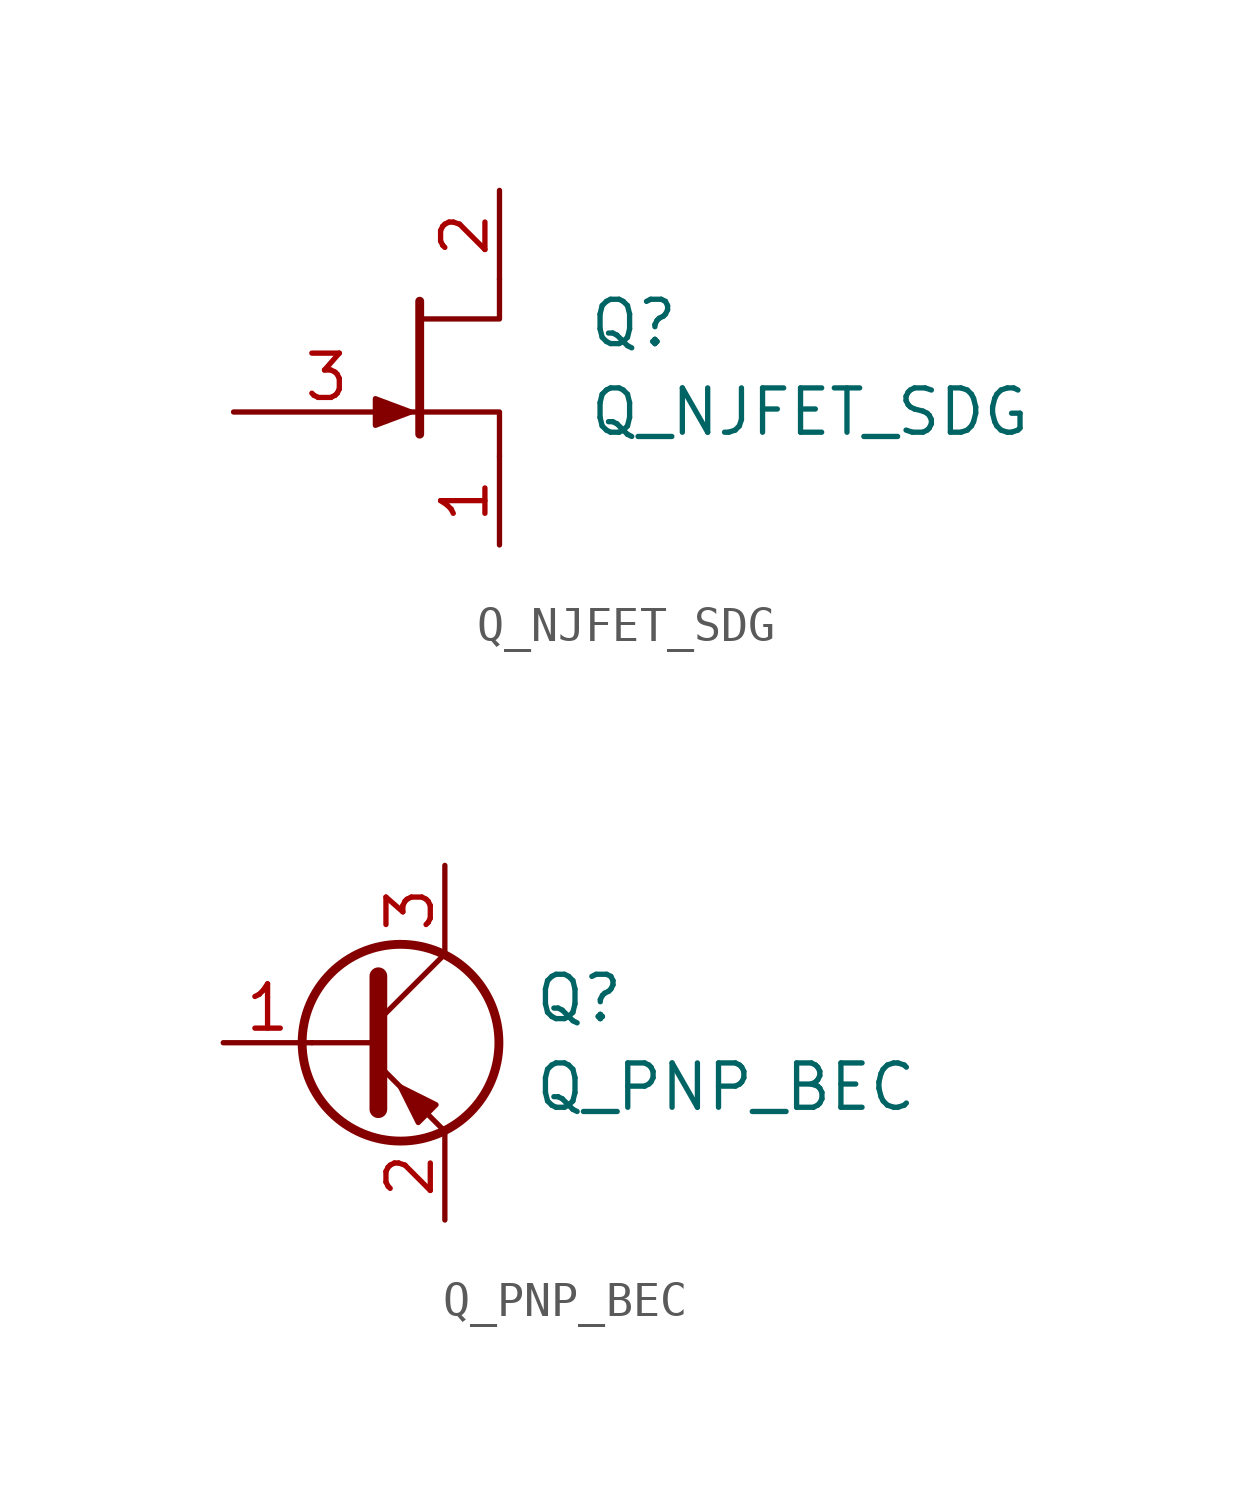
<source format=kicad_sym>
(kicad_symbol_lib
  (version 20231120)
  (generator "kicad_symbol_editor")
  (generator_version "8.0")
  (symbol "Q_NJFET_SDG"
    (pin_names
      (offset 0) hide)
    (property "Reference" "Q"
      (at 5.08 1.27 0)
      (effects (font (size 1.27 1.27)) (justify left)))
    (property "Value" "Q_NJFET_SDG"
      (at 5.08 -1.27 0)
      (effects (font (size 1.27 1.27)) (justify left)))
    (symbol "Q_NJFET_SDG_0_1"
      (polyline (pts (xy 0.254 1.905) (xy 0.254 -1.905) (xy 0.254 -1.905)) (stroke (width 0.254) (type default)) (fill (type none)))
      (polyline (pts (xy 2.54 -2.54) (xy 2.54 -1.27) (xy 0.254 -1.27)) (stroke (width 0) (type default)) (fill (type none)))
      (polyline (pts (xy 2.54 2.54) (xy 2.54 1.397) (xy 0.254 1.397)) (stroke (width 0) (type default)) (fill (type none)))
      (polyline (pts (xy 0 -1.27) (xy -1.016 -0.889) (xy -1.016 -1.651) (xy 0 -1.27)) (stroke (width 0) (type default)) (fill (type outline))))
    (symbol "Q_NJFET_SDG_1_1"
      (pin passive line (at 2.54 -5.08 90) (length 2.54) (name "S" (effects (font (size 1.27 1.27)))) (number "1" (effects (font (size 1.27 1.27)))))
      (pin passive line (at 2.54 5.08 270) (length 2.54) (name "D" (effects (font (size 1.27 1.27)))) (number "2" (effects (font (size 1.27 1.27)))))
      (pin input line (at -5.08 -1.27 0) (length 5.334) (name "G" (effects (font (size 1.27 1.27)))) (number "3" (effects (font (size 1.27 1.27)))))))
  (symbol "Q_PNP_BEC"
    (pin_names
      (offset 0) hide)
    (property "Reference" "Q"
      (at 5.08 1.27 0)
      (effects (font (size 1.27 1.27)) (justify left)))
    (property "Value" "Q_PNP_BEC"
      (at 5.08 -1.27 0)
      (effects (font (size 1.27 1.27)) (justify left)))
    (symbol "Q_PNP_BEC_0_1"
      (polyline (pts (xy -1.27 0) (xy 0.635 0)) (stroke (width 0) (type default)) (fill (type none)))
      (polyline (pts (xy 0.635 0.635) (xy 2.54 2.54)) (stroke (width 0) (type default)) (fill (type none)))
      (polyline (pts (xy 0.635 -0.635) (xy 2.54 -2.54) (xy 2.54 -2.54)) (stroke (width 0) (type default)) (fill (type none)))
      (polyline (pts (xy 0.635 1.905) (xy 0.635 -1.905) (xy 0.635 -1.905)) (stroke (width 0.508) (type default)) (fill (type none)))
      (polyline (pts (xy 2.286 -1.778) (xy 1.778 -2.286) (xy 1.27 -1.27) (xy 2.286 -1.778) (xy 2.286 -1.778)) (stroke (width 0) (type default)) (fill (type outline)))
      (circle (center 1.27 0) (radius 2.819) (stroke (width 0.254) (type default)) (fill (type none))))
    (symbol "Q_PNP_BEC_1_1"
      (pin input line (at -3.81 0 0) (length 2.54) (name "B" (effects (font (size 1.27 1.27)))) (number "1" (effects (font (size 1.27 1.27)))))
      (pin passive line (at 2.54 -5.08 90) (length 2.54) (name "E" (effects (font (size 1.27 1.27)))) (number "2" (effects (font (size 1.27 1.27)))))
      (pin passive line (at 2.54 5.08 270) (length 2.54) (name "C" (effects (font (size 1.27 1.27)))) (number "3" (effects (font (size 1.27 1.27))))))))
</source>
